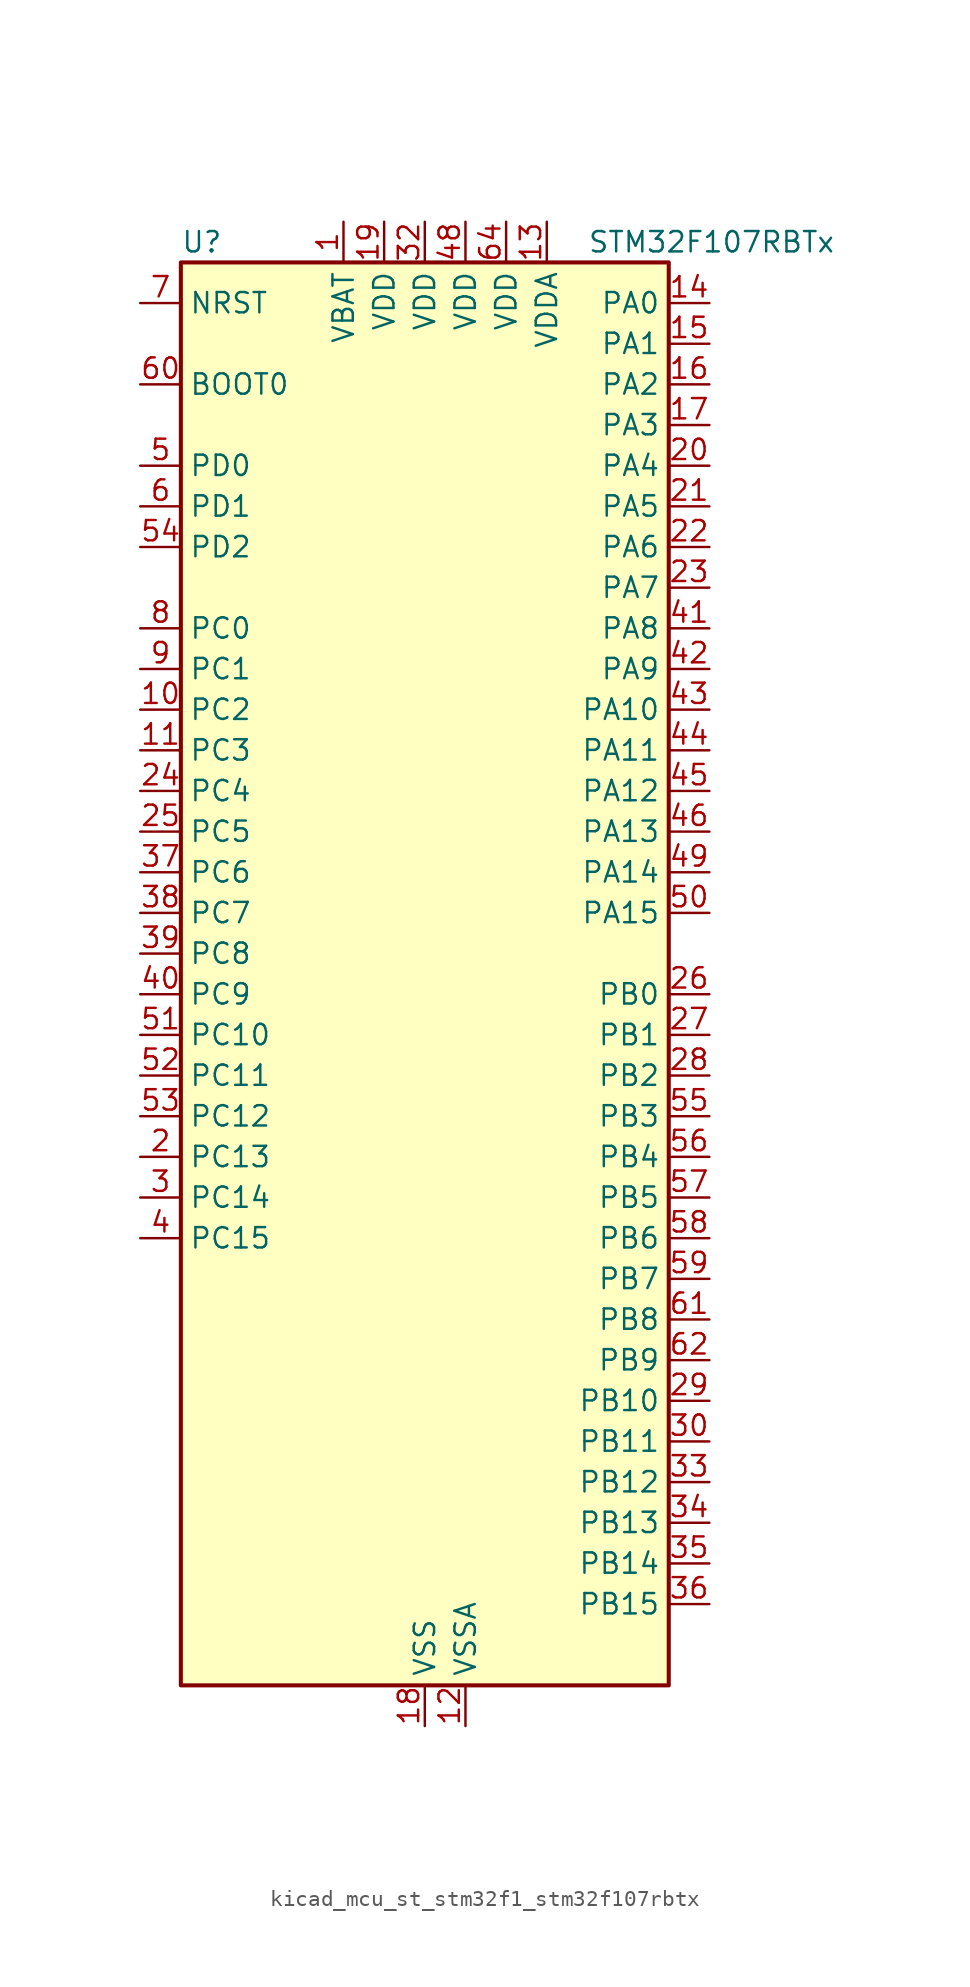
<source format=kicad_sym>
(kicad_symbol_lib
  (version 20220914)
  (generator kicad_symbol_editor)
  (symbol "kicad_mcu_st_stm32f1_stm32f107rbtx"
    (property "Reference" "U"
      (at -15.24 46.99 0)
      (effects (font (size 1.27 1.27)) (justify left)))
    (property "Value" "STM32F107RBTx"
      (at 10.16 46.99 0)
      (effects (font (size 1.27 1.27)) (justify left)))
    (property "ki_locked" ""
      (at 0 0 0)
      (effects (font (size 1.27 1.27))))
    (symbol "kicad_mcu_st_stm32f1_stm32f107rbtx_0_1"
      (rectangle (start -15.24 -43.18) (end 15.24 45.72) (stroke (width 0.254) (type default)) (fill (type background))))
    (symbol "kicad_mcu_st_stm32f1_stm32f107rbtx_1_1"
      (pin power_in line (at -5.08 48.26 270) (length 2.54) (name "VBAT" (effects (font (size 1.27 1.27)))) (number "1" (effects (font (size 1.27 1.27)))))
      (pin bidirectional line (at -17.78 17.78 0) (length 2.54) (name "PC2" (effects (font (size 1.27 1.27)))) (number "10" (effects (font (size 1.27 1.27)))) (alternate "ADC1_IN12" bidirectional line) (alternate "ADC2_IN12" bidirectional line) (alternate "ETH_TXD2" bidirectional line))
      (pin bidirectional line (at -17.78 15.24 0) (length 2.54) (name "PC3" (effects (font (size 1.27 1.27)))) (number "11" (effects (font (size 1.27 1.27)))) (alternate "ADC1_IN13" bidirectional line) (alternate "ADC2_IN13" bidirectional line) (alternate "ETH_TX_CLK" bidirectional line))
      (pin power_in line (at 2.54 -45.72 90) (length 2.54) (name "VSSA" (effects (font (size 1.27 1.27)))) (number "12" (effects (font (size 1.27 1.27)))))
      (pin power_in line (at 7.62 48.26 270) (length 2.54) (name "VDDA" (effects (font (size 1.27 1.27)))) (number "13" (effects (font (size 1.27 1.27)))))
      (pin bidirectional line (at 17.78 43.18 180) (length 2.54) (name "PA0" (effects (font (size 1.27 1.27)))) (number "14" (effects (font (size 1.27 1.27)))) (alternate "ADC1_IN0" bidirectional line) (alternate "ADC2_IN0" bidirectional line) (alternate "ETH_CRS" bidirectional line) (alternate "SYS_WKUP" bidirectional line) (alternate "TIM2_CH1" bidirectional line) (alternate "TIM2_ETR" bidirectional line) (alternate "TIM5_CH1" bidirectional line) (alternate "USART2_CTS" bidirectional line))
      (pin bidirectional line (at 17.78 40.64 180) (length 2.54) (name "PA1" (effects (font (size 1.27 1.27)))) (number "15" (effects (font (size 1.27 1.27)))) (alternate "ADC1_IN1" bidirectional line) (alternate "ADC2_IN1" bidirectional line) (alternate "ETH_REF_CLK" bidirectional line) (alternate "ETH_RX_CLK" bidirectional line) (alternate "TIM2_CH2" bidirectional line) (alternate "TIM5_CH2" bidirectional line) (alternate "USART2_RTS" bidirectional line))
      (pin bidirectional line (at 17.78 38.1 180) (length 2.54) (name "PA2" (effects (font (size 1.27 1.27)))) (number "16" (effects (font (size 1.27 1.27)))) (alternate "ADC1_IN2" bidirectional line) (alternate "ADC2_IN2" bidirectional line) (alternate "ETH_MDIO" bidirectional line) (alternate "TIM2_CH3" bidirectional line) (alternate "TIM5_CH3" bidirectional line) (alternate "USART2_TX" bidirectional line))
      (pin bidirectional line (at 17.78 35.56 180) (length 2.54) (name "PA3" (effects (font (size 1.27 1.27)))) (number "17" (effects (font (size 1.27 1.27)))) (alternate "ADC1_IN3" bidirectional line) (alternate "ADC2_IN3" bidirectional line) (alternate "ETH_COL" bidirectional line) (alternate "TIM2_CH4" bidirectional line) (alternate "TIM5_CH4" bidirectional line) (alternate "USART2_RX" bidirectional line))
      (pin power_in line (at 0 -45.72 90) (length 2.54) (name "VSS" (effects (font (size 1.27 1.27)))) (number "18" (effects (font (size 1.27 1.27)))))
      (pin power_in line (at -2.54 48.26 270) (length 2.54) (name "VDD" (effects (font (size 1.27 1.27)))) (number "19" (effects (font (size 1.27 1.27)))))
      (pin bidirectional line (at -17.78 -10.16 0) (length 2.54) (name "PC13" (effects (font (size 1.27 1.27)))) (number "2" (effects (font (size 1.27 1.27)))) (alternate "RTC_OUT" bidirectional line) (alternate "RTC_TAMPER" bidirectional line))
      (pin bidirectional line (at 17.78 33.02 180) (length 2.54) (name "PA4" (effects (font (size 1.27 1.27)))) (number "20" (effects (font (size 1.27 1.27)))) (alternate "ADC1_IN4" bidirectional line) (alternate "ADC2_IN4" bidirectional line) (alternate "DAC_OUT1" bidirectional line) (alternate "I2S3_WS" bidirectional line) (alternate "SPI1_NSS" bidirectional line) (alternate "SPI3_NSS" bidirectional line) (alternate "USART2_CK" bidirectional line))
      (pin bidirectional line (at 17.78 30.48 180) (length 2.54) (name "PA5" (effects (font (size 1.27 1.27)))) (number "21" (effects (font (size 1.27 1.27)))) (alternate "ADC1_IN5" bidirectional line) (alternate "ADC2_IN5" bidirectional line) (alternate "DAC_OUT2" bidirectional line) (alternate "SPI1_SCK" bidirectional line))
      (pin bidirectional line (at 17.78 27.94 180) (length 2.54) (name "PA6" (effects (font (size 1.27 1.27)))) (number "22" (effects (font (size 1.27 1.27)))) (alternate "ADC1_IN6" bidirectional line) (alternate "ADC2_IN6" bidirectional line) (alternate "SPI1_MISO" bidirectional line) (alternate "TIM1_BKIN" bidirectional line) (alternate "TIM3_CH1" bidirectional line))
      (pin bidirectional line (at 17.78 25.4 180) (length 2.54) (name "PA7" (effects (font (size 1.27 1.27)))) (number "23" (effects (font (size 1.27 1.27)))) (alternate "ADC1_IN7" bidirectional line) (alternate "ADC2_IN7" bidirectional line) (alternate "ETH_CRS_DV" bidirectional line) (alternate "ETH_RX_DV" bidirectional line) (alternate "SPI1_MOSI" bidirectional line) (alternate "TIM1_CH1N" bidirectional line) (alternate "TIM3_CH2" bidirectional line))
      (pin bidirectional line (at -17.78 12.7 0) (length 2.54) (name "PC4" (effects (font (size 1.27 1.27)))) (number "24" (effects (font (size 1.27 1.27)))) (alternate "ADC1_IN14" bidirectional line) (alternate "ADC2_IN14" bidirectional line) (alternate "ETH_RXD0" bidirectional line))
      (pin bidirectional line (at -17.78 10.16 0) (length 2.54) (name "PC5" (effects (font (size 1.27 1.27)))) (number "25" (effects (font (size 1.27 1.27)))) (alternate "ADC1_IN15" bidirectional line) (alternate "ADC2_IN15" bidirectional line) (alternate "ETH_RXD1" bidirectional line))
      (pin bidirectional line (at 17.78 0 180) (length 2.54) (name "PB0" (effects (font (size 1.27 1.27)))) (number "26" (effects (font (size 1.27 1.27)))) (alternate "ADC1_IN8" bidirectional line) (alternate "ADC2_IN8" bidirectional line) (alternate "ETH_RXD2" bidirectional line) (alternate "TIM1_CH2N" bidirectional line) (alternate "TIM3_CH3" bidirectional line))
      (pin bidirectional line (at 17.78 -2.54 180) (length 2.54) (name "PB1" (effects (font (size 1.27 1.27)))) (number "27" (effects (font (size 1.27 1.27)))) (alternate "ADC1_IN9" bidirectional line) (alternate "ADC2_IN9" bidirectional line) (alternate "ETH_RXD3" bidirectional line) (alternate "TIM1_CH3N" bidirectional line) (alternate "TIM3_CH4" bidirectional line))
      (pin bidirectional line (at 17.78 -5.08 180) (length 2.54) (name "PB2" (effects (font (size 1.27 1.27)))) (number "28" (effects (font (size 1.27 1.27)))))
      (pin bidirectional line (at 17.78 -25.4 180) (length 2.54) (name "PB10" (effects (font (size 1.27 1.27)))) (number "29" (effects (font (size 1.27 1.27)))) (alternate "ETH_RX_ER" bidirectional line) (alternate "TIM2_CH3" bidirectional line) (alternate "USART3_TX" bidirectional line))
      (pin bidirectional line (at -17.78 -12.7 0) (length 2.54) (name "PC14" (effects (font (size 1.27 1.27)))) (number "3" (effects (font (size 1.27 1.27)))) (alternate "RCC_OSC32_IN" bidirectional line))
      (pin bidirectional line (at 17.78 -27.94 180) (length 2.54) (name "PB11" (effects (font (size 1.27 1.27)))) (number "30" (effects (font (size 1.27 1.27)))) (alternate "ADC1_EXTI11" bidirectional line) (alternate "ADC2_EXTI11" bidirectional line) (alternate "ETH_TX_EN" bidirectional line) (alternate "TIM2_CH4" bidirectional line) (alternate "USART3_RX" bidirectional line))
      (pin passive line (at 0 -45.72 90) (length 2.54) hide (name "VSS" (effects (font (size 1.27 1.27)))) (number "31" (effects (font (size 1.27 1.27)))))
      (pin power_in line (at 0 48.26 270) (length 2.54) (name "VDD" (effects (font (size 1.27 1.27)))) (number "32" (effects (font (size 1.27 1.27)))))
      (pin bidirectional line (at 17.78 -30.48 180) (length 2.54) (name "PB12" (effects (font (size 1.27 1.27)))) (number "33" (effects (font (size 1.27 1.27)))) (alternate "CAN2_RX" bidirectional line) (alternate "ETH_TXD0" bidirectional line) (alternate "I2S2_WS" bidirectional line) (alternate "SPI2_NSS" bidirectional line) (alternate "TIM1_BKIN" bidirectional line) (alternate "USART3_CK" bidirectional line))
      (pin bidirectional line (at 17.78 -33.02 180) (length 2.54) (name "PB13" (effects (font (size 1.27 1.27)))) (number "34" (effects (font (size 1.27 1.27)))) (alternate "CAN2_TX" bidirectional line) (alternate "ETH_TXD1" bidirectional line) (alternate "I2S2_CK" bidirectional line) (alternate "SPI2_SCK" bidirectional line) (alternate "TIM1_CH1N" bidirectional line) (alternate "USART3_CTS" bidirectional line))
      (pin bidirectional line (at 17.78 -35.56 180) (length 2.54) (name "PB14" (effects (font (size 1.27 1.27)))) (number "35" (effects (font (size 1.27 1.27)))) (alternate "SPI2_MISO" bidirectional line) (alternate "TIM1_CH2N" bidirectional line) (alternate "USART3_RTS" bidirectional line))
      (pin bidirectional line (at 17.78 -38.1 180) (length 2.54) (name "PB15" (effects (font (size 1.27 1.27)))) (number "36" (effects (font (size 1.27 1.27)))) (alternate "ADC1_EXTI15" bidirectional line) (alternate "ADC2_EXTI15" bidirectional line) (alternate "I2S2_SD" bidirectional line) (alternate "SPI2_MOSI" bidirectional line) (alternate "TIM1_CH3N" bidirectional line))
      (pin bidirectional line (at -17.78 7.62 0) (length 2.54) (name "PC6" (effects (font (size 1.27 1.27)))) (number "37" (effects (font (size 1.27 1.27)))) (alternate "I2S2_MCK" bidirectional line) (alternate "TIM3_CH1" bidirectional line))
      (pin bidirectional line (at -17.78 5.08 0) (length 2.54) (name "PC7" (effects (font (size 1.27 1.27)))) (number "38" (effects (font (size 1.27 1.27)))) (alternate "I2S3_MCK" bidirectional line) (alternate "TIM3_CH2" bidirectional line))
      (pin bidirectional line (at -17.78 2.54 0) (length 2.54) (name "PC8" (effects (font (size 1.27 1.27)))) (number "39" (effects (font (size 1.27 1.27)))) (alternate "TIM3_CH3" bidirectional line))
      (pin bidirectional line (at -17.78 -15.24 0) (length 2.54) (name "PC15" (effects (font (size 1.27 1.27)))) (number "4" (effects (font (size 1.27 1.27)))) (alternate "ADC1_EXTI15" bidirectional line) (alternate "ADC2_EXTI15" bidirectional line) (alternate "RCC_OSC32_OUT" bidirectional line))
      (pin bidirectional line (at -17.78 0 0) (length 2.54) (name "PC9" (effects (font (size 1.27 1.27)))) (number "40" (effects (font (size 1.27 1.27)))) (alternate "DAC_EXTI9" bidirectional line) (alternate "TIM3_CH4" bidirectional line))
      (pin bidirectional line (at 17.78 22.86 180) (length 2.54) (name "PA8" (effects (font (size 1.27 1.27)))) (number "41" (effects (font (size 1.27 1.27)))) (alternate "RCC_MCO" bidirectional line) (alternate "TIM1_CH1" bidirectional line) (alternate "USART1_CK" bidirectional line) (alternate "USB_OTG_FS_SOF" bidirectional line))
      (pin bidirectional line (at 17.78 20.32 180) (length 2.54) (name "PA9" (effects (font (size 1.27 1.27)))) (number "42" (effects (font (size 1.27 1.27)))) (alternate "DAC_EXTI9" bidirectional line) (alternate "TIM1_CH2" bidirectional line) (alternate "USART1_TX" bidirectional line) (alternate "USB_OTG_FS_VBUS" bidirectional line))
      (pin bidirectional line (at 17.78 17.78 180) (length 2.54) (name "PA10" (effects (font (size 1.27 1.27)))) (number "43" (effects (font (size 1.27 1.27)))) (alternate "TIM1_CH3" bidirectional line) (alternate "USART1_RX" bidirectional line) (alternate "USB_OTG_FS_ID" bidirectional line))
      (pin bidirectional line (at 17.78 15.24 180) (length 2.54) (name "PA11" (effects (font (size 1.27 1.27)))) (number "44" (effects (font (size 1.27 1.27)))) (alternate "ADC1_EXTI11" bidirectional line) (alternate "ADC2_EXTI11" bidirectional line) (alternate "CAN1_RX" bidirectional line) (alternate "TIM1_CH4" bidirectional line) (alternate "USART1_CTS" bidirectional line) (alternate "USB_OTG_FS_DM" bidirectional line))
      (pin bidirectional line (at 17.78 12.7 180) (length 2.54) (name "PA12" (effects (font (size 1.27 1.27)))) (number "45" (effects (font (size 1.27 1.27)))) (alternate "CAN1_TX" bidirectional line) (alternate "TIM1_ETR" bidirectional line) (alternate "USART1_RTS" bidirectional line) (alternate "USB_OTG_FS_DP" bidirectional line))
      (pin bidirectional line (at 17.78 10.16 180) (length 2.54) (name "PA13" (effects (font (size 1.27 1.27)))) (number "46" (effects (font (size 1.27 1.27)))) (alternate "SYS_JTMS-SWDIO" bidirectional line))
      (pin passive line (at 0 -45.72 90) (length 2.54) hide (name "VSS" (effects (font (size 1.27 1.27)))) (number "47" (effects (font (size 1.27 1.27)))))
      (pin power_in line (at 2.54 48.26 270) (length 2.54) (name "VDD" (effects (font (size 1.27 1.27)))) (number "48" (effects (font (size 1.27 1.27)))))
      (pin bidirectional line (at 17.78 7.62 180) (length 2.54) (name "PA14" (effects (font (size 1.27 1.27)))) (number "49" (effects (font (size 1.27 1.27)))) (alternate "SYS_JTCK-SWCLK" bidirectional line))
      (pin bidirectional line (at -17.78 33.02 0) (length 2.54) (name "PD0" (effects (font (size 1.27 1.27)))) (number "5" (effects (font (size 1.27 1.27)))) (alternate "RCC_OSC_IN" bidirectional line))
      (pin bidirectional line (at 17.78 5.08 180) (length 2.54) (name "PA15" (effects (font (size 1.27 1.27)))) (number "50" (effects (font (size 1.27 1.27)))) (alternate "ADC1_EXTI15" bidirectional line) (alternate "ADC2_EXTI15" bidirectional line) (alternate "I2S3_WS" bidirectional line) (alternate "SPI1_NSS" bidirectional line) (alternate "SPI3_NSS" bidirectional line) (alternate "SYS_JTDI" bidirectional line) (alternate "TIM2_CH1" bidirectional line) (alternate "TIM2_ETR" bidirectional line))
      (pin bidirectional line (at -17.78 -2.54 0) (length 2.54) (name "PC10" (effects (font (size 1.27 1.27)))) (number "51" (effects (font (size 1.27 1.27)))) (alternate "I2S3_CK" bidirectional line) (alternate "SPI3_SCK" bidirectional line) (alternate "UART4_TX" bidirectional line) (alternate "USART3_TX" bidirectional line))
      (pin bidirectional line (at -17.78 -5.08 0) (length 2.54) (name "PC11" (effects (font (size 1.27 1.27)))) (number "52" (effects (font (size 1.27 1.27)))) (alternate "ADC1_EXTI11" bidirectional line) (alternate "ADC2_EXTI11" bidirectional line) (alternate "SPI3_MISO" bidirectional line) (alternate "UART4_RX" bidirectional line) (alternate "USART3_RX" bidirectional line))
      (pin bidirectional line (at -17.78 -7.62 0) (length 2.54) (name "PC12" (effects (font (size 1.27 1.27)))) (number "53" (effects (font (size 1.27 1.27)))) (alternate "I2S3_SD" bidirectional line) (alternate "SPI3_MOSI" bidirectional line) (alternate "UART5_TX" bidirectional line) (alternate "USART3_CK" bidirectional line))
      (pin bidirectional line (at -17.78 27.94 0) (length 2.54) (name "PD2" (effects (font (size 1.27 1.27)))) (number "54" (effects (font (size 1.27 1.27)))) (alternate "TIM3_ETR" bidirectional line) (alternate "UART5_RX" bidirectional line))
      (pin bidirectional line (at 17.78 -7.62 180) (length 2.54) (name "PB3" (effects (font (size 1.27 1.27)))) (number "55" (effects (font (size 1.27 1.27)))) (alternate "I2S3_CK" bidirectional line) (alternate "SPI1_SCK" bidirectional line) (alternate "SPI3_SCK" bidirectional line) (alternate "SYS_JTDO" bidirectional line) (alternate "SYS_TRACESWO" bidirectional line) (alternate "TIM2_CH2" bidirectional line))
      (pin bidirectional line (at 17.78 -10.16 180) (length 2.54) (name "PB4" (effects (font (size 1.27 1.27)))) (number "56" (effects (font (size 1.27 1.27)))) (alternate "SPI1_MISO" bidirectional line) (alternate "SPI3_MISO" bidirectional line) (alternate "SYS_NJTRST" bidirectional line) (alternate "TIM3_CH1" bidirectional line))
      (pin bidirectional line (at 17.78 -12.7 180) (length 2.54) (name "PB5" (effects (font (size 1.27 1.27)))) (number "57" (effects (font (size 1.27 1.27)))) (alternate "CAN2_RX" bidirectional line) (alternate "ETH_PPS_OUT" bidirectional line) (alternate "I2C1_SMBA" bidirectional line) (alternate "I2S3_SD" bidirectional line) (alternate "SPI1_MOSI" bidirectional line) (alternate "SPI3_MOSI" bidirectional line) (alternate "TIM3_CH2" bidirectional line))
      (pin bidirectional line (at 17.78 -15.24 180) (length 2.54) (name "PB6" (effects (font (size 1.27 1.27)))) (number "58" (effects (font (size 1.27 1.27)))) (alternate "CAN2_TX" bidirectional line) (alternate "I2C1_SCL" bidirectional line) (alternate "TIM4_CH1" bidirectional line) (alternate "USART1_TX" bidirectional line))
      (pin bidirectional line (at 17.78 -17.78 180) (length 2.54) (name "PB7" (effects (font (size 1.27 1.27)))) (number "59" (effects (font (size 1.27 1.27)))) (alternate "I2C1_SDA" bidirectional line) (alternate "TIM4_CH2" bidirectional line) (alternate "USART1_RX" bidirectional line))
      (pin bidirectional line (at -17.78 30.48 0) (length 2.54) (name "PD1" (effects (font (size 1.27 1.27)))) (number "6" (effects (font (size 1.27 1.27)))) (alternate "RCC_OSC_OUT" bidirectional line))
      (pin input line (at -17.78 38.1 0) (length 2.54) (name "BOOT0" (effects (font (size 1.27 1.27)))) (number "60" (effects (font (size 1.27 1.27)))))
      (pin bidirectional line (at 17.78 -20.32 180) (length 2.54) (name "PB8" (effects (font (size 1.27 1.27)))) (number "61" (effects (font (size 1.27 1.27)))) (alternate "CAN1_RX" bidirectional line) (alternate "ETH_TXD3" bidirectional line) (alternate "I2C1_SCL" bidirectional line) (alternate "TIM4_CH3" bidirectional line))
      (pin bidirectional line (at 17.78 -22.86 180) (length 2.54) (name "PB9" (effects (font (size 1.27 1.27)))) (number "62" (effects (font (size 1.27 1.27)))) (alternate "CAN1_TX" bidirectional line) (alternate "DAC_EXTI9" bidirectional line) (alternate "I2C1_SDA" bidirectional line) (alternate "TIM4_CH4" bidirectional line))
      (pin passive line (at 0 -45.72 90) (length 2.54) hide (name "VSS" (effects (font (size 1.27 1.27)))) (number "63" (effects (font (size 1.27 1.27)))))
      (pin power_in line (at 5.08 48.26 270) (length 2.54) (name "VDD" (effects (font (size 1.27 1.27)))) (number "64" (effects (font (size 1.27 1.27)))))
      (pin input line (at -17.78 43.18 0) (length 2.54) (name "NRST" (effects (font (size 1.27 1.27)))) (number "7" (effects (font (size 1.27 1.27)))))
      (pin bidirectional line (at -17.78 22.86 0) (length 2.54) (name "PC0" (effects (font (size 1.27 1.27)))) (number "8" (effects (font (size 1.27 1.27)))) (alternate "ADC1_IN10" bidirectional line) (alternate "ADC2_IN10" bidirectional line))
      (pin bidirectional line (at -17.78 20.32 0) (length 2.54) (name "PC1" (effects (font (size 1.27 1.27)))) (number "9" (effects (font (size 1.27 1.27)))) (alternate "ADC1_IN11" bidirectional line) (alternate "ADC2_IN11" bidirectional line) (alternate "ETH_MDC" bidirectional line)))))
</source>
